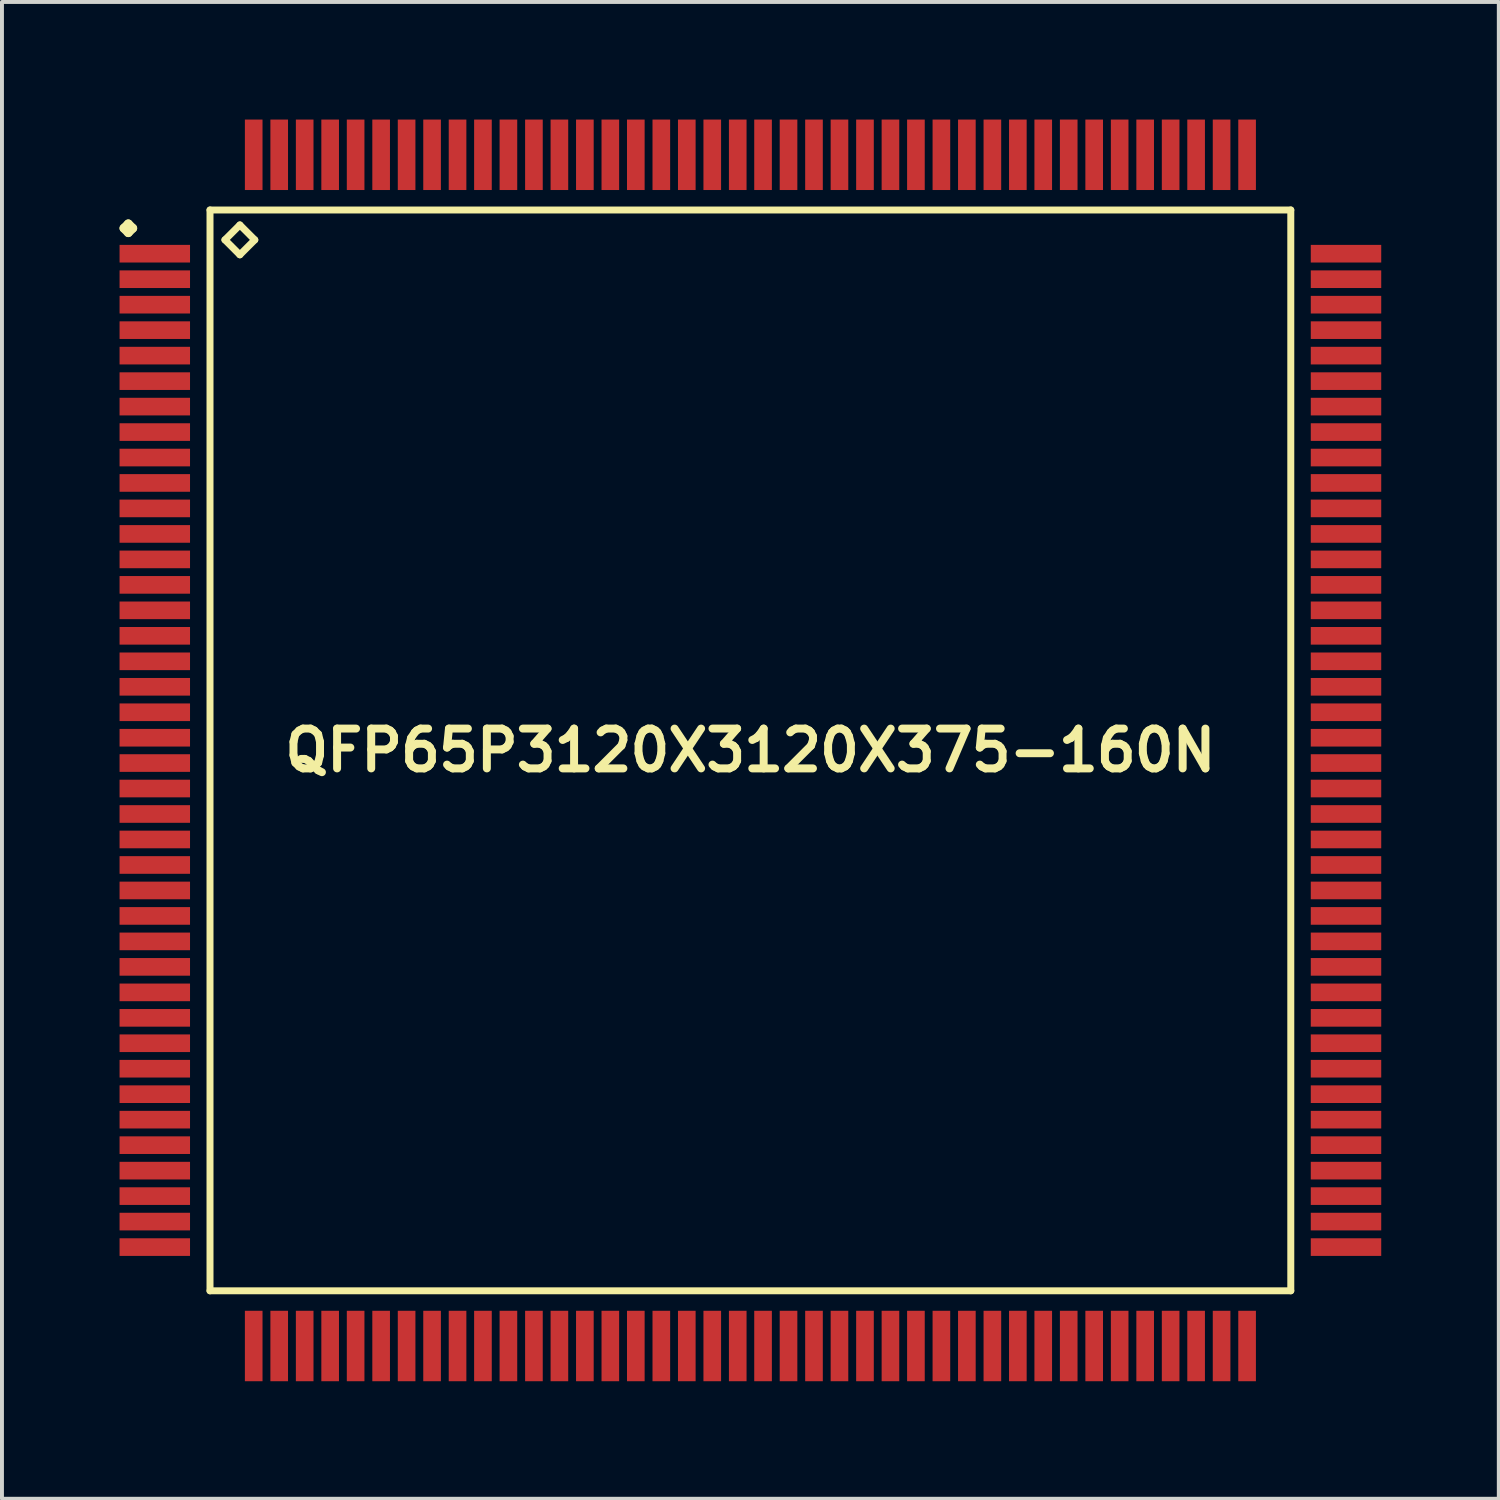
<source format=kicad_pcb>
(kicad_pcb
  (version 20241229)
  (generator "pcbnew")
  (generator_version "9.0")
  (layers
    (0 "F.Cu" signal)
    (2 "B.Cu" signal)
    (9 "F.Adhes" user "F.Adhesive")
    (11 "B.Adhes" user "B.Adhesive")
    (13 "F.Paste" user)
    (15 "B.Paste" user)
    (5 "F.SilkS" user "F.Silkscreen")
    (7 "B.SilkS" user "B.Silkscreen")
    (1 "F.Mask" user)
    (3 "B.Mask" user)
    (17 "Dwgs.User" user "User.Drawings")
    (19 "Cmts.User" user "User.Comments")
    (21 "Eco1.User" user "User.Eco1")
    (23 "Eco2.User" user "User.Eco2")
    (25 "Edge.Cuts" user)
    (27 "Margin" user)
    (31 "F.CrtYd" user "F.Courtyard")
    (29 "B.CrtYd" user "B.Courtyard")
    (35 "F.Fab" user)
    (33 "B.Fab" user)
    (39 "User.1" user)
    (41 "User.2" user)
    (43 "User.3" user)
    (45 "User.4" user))
  (footprint "QFP65P3120X3120X375-160N"
    (layer "F.Cu")
    (at 16.099 16.099)
    (property "Reference" "QFP65P3120X3120X375-160N" (at 0 0 0) (layer "F.SilkS") (effects (font (size 1.016 1.016) (thickness 0.203))))
    (attr smd)
    (fp_line (start -15.987 -13.325) (end -15.875 -13.437) (stroke (width 0.224) (type solid)) (layer "F.SilkS"))
    (fp_line (start -15.875 -13.437) (end -15.761 -13.325) (stroke (width 0.224) (type solid)) (layer "F.SilkS"))
    (fp_line (start -15.875 -13.211) (end -15.987 -13.325) (stroke (width 0.224) (type solid)) (layer "F.SilkS"))
    (fp_line (start -15.761 -13.325) (end -15.875 -13.211) (stroke (width 0.224) (type solid)) (layer "F.SilkS"))
    (fp_line (start -13.79 -13.79) (end -13.79 13.79) (stroke (width 0.178) (type solid)) (layer "F.SilkS"))
    (fp_line (start -13.79 13.79) (end 13.79 13.79) (stroke (width 0.178) (type solid)) (layer "F.SilkS"))
    (fp_line (start -13.409 -13.028) (end -13.028 -13.409) (stroke (width 0.178) (type solid)) (layer "F.SilkS"))
    (fp_line (start -13.028 -13.409) (end -12.647 -13.028) (stroke (width 0.178) (type solid)) (layer "F.SilkS"))
    (fp_line (start -13.028 -12.647) (end -13.409 -13.028) (stroke (width 0.178) (type solid)) (layer "F.SilkS"))
    (fp_line (start -12.647 -13.028) (end -13.028 -12.647) (stroke (width 0.178) (type solid)) (layer "F.SilkS"))
    (fp_line (start 13.79 -13.79) (end -13.79 -13.79) (stroke (width 0.178) (type solid)) (layer "F.SilkS"))
    (fp_line (start 13.79 13.79) (end 13.79 -13.79) (stroke (width 0.178) (type solid)) (layer "F.SilkS"))
    (pad "1" smd rect (at -15.199 -12.675) (size 1.798 0.45) (layers "F.Cu" "F.Mask" "F.Paste"))
    (pad "2" smd rect (at -15.199 -12.024) (size 1.798 0.45) (layers "F.Cu" "F.Mask" "F.Paste"))
    (pad "3" smd rect (at -15.199 -11.374) (size 1.798 0.45) (layers "F.Cu" "F.Mask" "F.Paste"))
    (pad "4" smd rect (at -15.199 -10.724) (size 1.798 0.45) (layers "F.Cu" "F.Mask" "F.Paste"))
    (pad "5" smd rect (at -15.199 -10.074) (size 1.798 0.45) (layers "F.Cu" "F.Mask" "F.Paste"))
    (pad "6" smd rect (at -15.199 -9.423) (size 1.798 0.45) (layers "F.Cu" "F.Mask" "F.Paste"))
    (pad "7" smd rect (at -15.199 -8.773) (size 1.798 0.45) (layers "F.Cu" "F.Mask" "F.Paste"))
    (pad "8" smd rect (at -15.199 -8.123) (size 1.798 0.45) (layers "F.Cu" "F.Mask" "F.Paste"))
    (pad "9" smd rect (at -15.199 -7.473) (size 1.798 0.45) (layers "F.Cu" "F.Mask" "F.Paste"))
    (pad "10" smd rect (at -15.199 -6.825) (size 1.798 0.45) (layers "F.Cu" "F.Mask" "F.Paste"))
    (pad "11" smd rect (at -15.199 -6.175) (size 1.798 0.45) (layers "F.Cu" "F.Mask" "F.Paste"))
    (pad "12" smd rect (at -15.199 -5.524) (size 1.798 0.45) (layers "F.Cu" "F.Mask" "F.Paste"))
    (pad "13" smd rect (at -15.199 -4.874) (size 1.798 0.45) (layers "F.Cu" "F.Mask" "F.Paste"))
    (pad "14" smd rect (at -15.199 -4.224) (size 1.798 0.45) (layers "F.Cu" "F.Mask" "F.Paste"))
    (pad "15" smd rect (at -15.199 -3.574) (size 1.798 0.45) (layers "F.Cu" "F.Mask" "F.Paste"))
    (pad "16" smd rect (at -15.199 -2.924) (size 1.798 0.45) (layers "F.Cu" "F.Mask" "F.Paste"))
    (pad "17" smd rect (at -15.199 -2.273) (size 1.798 0.45) (layers "F.Cu" "F.Mask" "F.Paste"))
    (pad "18" smd rect (at -15.199 -1.623) (size 1.798 0.45) (layers "F.Cu" "F.Mask" "F.Paste"))
    (pad "19" smd rect (at -15.199 -0.973) (size 1.798 0.45) (layers "F.Cu" "F.Mask" "F.Paste"))
    (pad "20" smd rect (at -15.199 -0.323) (size 1.798 0.45) (layers "F.Cu" "F.Mask" "F.Paste"))
    (pad "21" smd rect (at -15.199 0.323) (size 1.798 0.45) (layers "F.Cu" "F.Mask" "F.Paste"))
    (pad "22" smd rect (at -15.199 0.973) (size 1.798 0.45) (layers "F.Cu" "F.Mask" "F.Paste"))
    (pad "23" smd rect (at -15.199 1.623) (size 1.798 0.45) (layers "F.Cu" "F.Mask" "F.Paste"))
    (pad "24" smd rect (at -15.199 2.273) (size 1.798 0.45) (layers "F.Cu" "F.Mask" "F.Paste"))
    (pad "25" smd rect (at -15.199 2.924) (size 1.798 0.45) (layers "F.Cu" "F.Mask" "F.Paste"))
    (pad "26" smd rect (at -15.199 3.574) (size 1.798 0.45) (layers "F.Cu" "F.Mask" "F.Paste"))
    (pad "27" smd rect (at -15.199 4.224) (size 1.798 0.45) (layers "F.Cu" "F.Mask" "F.Paste"))
    (pad "28" smd rect (at -15.199 4.874) (size 1.798 0.45) (layers "F.Cu" "F.Mask" "F.Paste"))
    (pad "29" smd rect (at -15.199 5.524) (size 1.798 0.45) (layers "F.Cu" "F.Mask" "F.Paste"))
    (pad "30" smd rect (at -15.199 6.175) (size 1.798 0.45) (layers "F.Cu" "F.Mask" "F.Paste"))
    (pad "31" smd rect (at -15.199 6.825) (size 1.798 0.45) (layers "F.Cu" "F.Mask" "F.Paste"))
    (pad "32" smd rect (at -15.199 7.473) (size 1.798 0.45) (layers "F.Cu" "F.Mask" "F.Paste"))
    (pad "33" smd rect (at -15.199 8.123) (size 1.798 0.45) (layers "F.Cu" "F.Mask" "F.Paste"))
    (pad "34" smd rect (at -15.199 8.773) (size 1.798 0.45) (layers "F.Cu" "F.Mask" "F.Paste"))
    (pad "35" smd rect (at -15.199 9.423) (size 1.798 0.45) (layers "F.Cu" "F.Mask" "F.Paste"))
    (pad "36" smd rect (at -15.199 10.074) (size 1.798 0.45) (layers "F.Cu" "F.Mask" "F.Paste"))
    (pad "37" smd rect (at -15.199 10.724) (size 1.798 0.45) (layers "F.Cu" "F.Mask" "F.Paste"))
    (pad "38" smd rect (at -15.199 11.374) (size 1.798 0.45) (layers "F.Cu" "F.Mask" "F.Paste"))
    (pad "39" smd rect (at -15.199 12.024) (size 1.798 0.45) (layers "F.Cu" "F.Mask" "F.Paste"))
    (pad "40" smd rect (at -15.199 12.675) (size 1.798 0.45) (layers "F.Cu" "F.Mask" "F.Paste"))
    (pad "41" smd rect (at -12.675 15.199) (size 0.45 1.798) (layers "F.Cu" "F.Mask" "F.Paste"))
    (pad "42" smd rect (at -12.024 15.199) (size 0.45 1.798) (layers "F.Cu" "F.Mask" "F.Paste"))
    (pad "43" smd rect (at -11.374 15.199) (size 0.45 1.798) (layers "F.Cu" "F.Mask" "F.Paste"))
    (pad "44" smd rect (at -10.724 15.199) (size 0.45 1.798) (layers "F.Cu" "F.Mask" "F.Paste"))
    (pad "45" smd rect (at -10.074 15.199) (size 0.45 1.798) (layers "F.Cu" "F.Mask" "F.Paste"))
    (pad "46" smd rect (at -9.423 15.199) (size 0.45 1.798) (layers "F.Cu" "F.Mask" "F.Paste"))
    (pad "47" smd rect (at -8.773 15.199) (size 0.45 1.798) (layers "F.Cu" "F.Mask" "F.Paste"))
    (pad "48" smd rect (at -8.123 15.199) (size 0.45 1.798) (layers "F.Cu" "F.Mask" "F.Paste"))
    (pad "49" smd rect (at -7.473 15.199) (size 0.45 1.798) (layers "F.Cu" "F.Mask" "F.Paste"))
    (pad "50" smd rect (at -6.825 15.199) (size 0.45 1.798) (layers "F.Cu" "F.Mask" "F.Paste"))
    (pad "51" smd rect (at -6.175 15.199) (size 0.45 1.798) (layers "F.Cu" "F.Mask" "F.Paste"))
    (pad "52" smd rect (at -5.524 15.199) (size 0.45 1.798) (layers "F.Cu" "F.Mask" "F.Paste"))
    (pad "53" smd rect (at -4.874 15.199) (size 0.45 1.798) (layers "F.Cu" "F.Mask" "F.Paste"))
    (pad "54" smd rect (at -4.224 15.199) (size 0.45 1.798) (layers "F.Cu" "F.Mask" "F.Paste"))
    (pad "55" smd rect (at -3.574 15.199) (size 0.45 1.798) (layers "F.Cu" "F.Mask" "F.Paste"))
    (pad "56" smd rect (at -2.924 15.199) (size 0.45 1.798) (layers "F.Cu" "F.Mask" "F.Paste"))
    (pad "57" smd rect (at -2.273 15.199) (size 0.45 1.798) (layers "F.Cu" "F.Mask" "F.Paste"))
    (pad "58" smd rect (at -1.623 15.199) (size 0.45 1.798) (layers "F.Cu" "F.Mask" "F.Paste"))
    (pad "59" smd rect (at -0.973 15.199) (size 0.45 1.798) (layers "F.Cu" "F.Mask" "F.Paste"))
    (pad "60" smd rect (at -0.323 15.199) (size 0.45 1.798) (layers "F.Cu" "F.Mask" "F.Paste"))
    (pad "61" smd rect (at 0.323 15.199) (size 0.45 1.798) (layers "F.Cu" "F.Mask" "F.Paste"))
    (pad "62" smd rect (at 0.973 15.199) (size 0.45 1.798) (layers "F.Cu" "F.Mask" "F.Paste"))
    (pad "63" smd rect (at 1.623 15.199) (size 0.45 1.798) (layers "F.Cu" "F.Mask" "F.Paste"))
    (pad "64" smd rect (at 2.273 15.199) (size 0.45 1.798) (layers "F.Cu" "F.Mask" "F.Paste"))
    (pad "65" smd rect (at 2.924 15.199) (size 0.45 1.798) (layers "F.Cu" "F.Mask" "F.Paste"))
    (pad "66" smd rect (at 3.574 15.199) (size 0.45 1.798) (layers "F.Cu" "F.Mask" "F.Paste"))
    (pad "67" smd rect (at 4.224 15.199) (size 0.45 1.798) (layers "F.Cu" "F.Mask" "F.Paste"))
    (pad "68" smd rect (at 4.874 15.199) (size 0.45 1.798) (layers "F.Cu" "F.Mask" "F.Paste"))
    (pad "69" smd rect (at 5.524 15.199) (size 0.45 1.798) (layers "F.Cu" "F.Mask" "F.Paste"))
    (pad "70" smd rect (at 6.175 15.199) (size 0.45 1.798) (layers "F.Cu" "F.Mask" "F.Paste"))
    (pad "71" smd rect (at 6.825 15.199) (size 0.45 1.798) (layers "F.Cu" "F.Mask" "F.Paste"))
    (pad "72" smd rect (at 7.473 15.199) (size 0.45 1.798) (layers "F.Cu" "F.Mask" "F.Paste"))
    (pad "73" smd rect (at 8.123 15.199) (size 0.45 1.798) (layers "F.Cu" "F.Mask" "F.Paste"))
    (pad "74" smd rect (at 8.773 15.199) (size 0.45 1.798) (layers "F.Cu" "F.Mask" "F.Paste"))
    (pad "75" smd rect (at 9.423 15.199) (size 0.45 1.798) (layers "F.Cu" "F.Mask" "F.Paste"))
    (pad "76" smd rect (at 10.074 15.199) (size 0.45 1.798) (layers "F.Cu" "F.Mask" "F.Paste"))
    (pad "77" smd rect (at 10.724 15.199) (size 0.45 1.798) (layers "F.Cu" "F.Mask" "F.Paste"))
    (pad "78" smd rect (at 11.374 15.199) (size 0.45 1.798) (layers "F.Cu" "F.Mask" "F.Paste"))
    (pad "79" smd rect (at 12.024 15.199) (size 0.45 1.798) (layers "F.Cu" "F.Mask" "F.Paste"))
    (pad "80" smd rect (at 12.675 15.199) (size 0.45 1.798) (layers "F.Cu" "F.Mask" "F.Paste"))
    (pad "81" smd rect (at 15.199 12.675) (size 1.798 0.45) (layers "F.Cu" "F.Mask" "F.Paste"))
    (pad "82" smd rect (at 15.199 12.024) (size 1.798 0.45) (layers "F.Cu" "F.Mask" "F.Paste"))
    (pad "83" smd rect (at 15.199 11.374) (size 1.798 0.45) (layers "F.Cu" "F.Mask" "F.Paste"))
    (pad "84" smd rect (at 15.199 10.724) (size 1.798 0.45) (layers "F.Cu" "F.Mask" "F.Paste"))
    (pad "85" smd rect (at 15.199 10.074) (size 1.798 0.45) (layers "F.Cu" "F.Mask" "F.Paste"))
    (pad "86" smd rect (at 15.199 9.423) (size 1.798 0.45) (layers "F.Cu" "F.Mask" "F.Paste"))
    (pad "87" smd rect (at 15.199 8.773) (size 1.798 0.45) (layers "F.Cu" "F.Mask" "F.Paste"))
    (pad "88" smd rect (at 15.199 8.123) (size 1.798 0.45) (layers "F.Cu" "F.Mask" "F.Paste"))
    (pad "89" smd rect (at 15.199 7.473) (size 1.798 0.45) (layers "F.Cu" "F.Mask" "F.Paste"))
    (pad "90" smd rect (at 15.199 6.825) (size 1.798 0.45) (layers "F.Cu" "F.Mask" "F.Paste"))
    (pad "91" smd rect (at 15.199 6.175) (size 1.798 0.45) (layers "F.Cu" "F.Mask" "F.Paste"))
    (pad "92" smd rect (at 15.199 5.524) (size 1.798 0.45) (layers "F.Cu" "F.Mask" "F.Paste"))
    (pad "93" smd rect (at 15.199 4.874) (size 1.798 0.45) (layers "F.Cu" "F.Mask" "F.Paste"))
    (pad "94" smd rect (at 15.199 4.224) (size 1.798 0.45) (layers "F.Cu" "F.Mask" "F.Paste"))
    (pad "95" smd rect (at 15.199 3.574) (size 1.798 0.45) (layers "F.Cu" "F.Mask" "F.Paste"))
    (pad "96" smd rect (at 15.199 2.924) (size 1.798 0.45) (layers "F.Cu" "F.Mask" "F.Paste"))
    (pad "97" smd rect (at 15.199 2.273) (size 1.798 0.45) (layers "F.Cu" "F.Mask" "F.Paste"))
    (pad "98" smd rect (at 15.199 1.623) (size 1.798 0.45) (layers "F.Cu" "F.Mask" "F.Paste"))
    (pad "99" smd rect (at 15.199 0.973) (size 1.798 0.45) (layers "F.Cu" "F.Mask" "F.Paste"))
    (pad "100" smd rect (at 15.199 0.323) (size 1.798 0.45) (layers "F.Cu" "F.Mask" "F.Paste"))
    (pad "101" smd rect (at 15.199 -0.323) (size 1.798 0.45) (layers "F.Cu" "F.Mask" "F.Paste"))
    (pad "102" smd rect (at 15.199 -0.973) (size 1.798 0.45) (layers "F.Cu" "F.Mask" "F.Paste"))
    (pad "103" smd rect (at 15.199 -1.623) (size 1.798 0.45) (layers "F.Cu" "F.Mask" "F.Paste"))
    (pad "104" smd rect (at 15.199 -2.273) (size 1.798 0.45) (layers "F.Cu" "F.Mask" "F.Paste"))
    (pad "105" smd rect (at 15.199 -2.924) (size 1.798 0.45) (layers "F.Cu" "F.Mask" "F.Paste"))
    (pad "106" smd rect (at 15.199 -3.574) (size 1.798 0.45) (layers "F.Cu" "F.Mask" "F.Paste"))
    (pad "107" smd rect (at 15.199 -4.224) (size 1.798 0.45) (layers "F.Cu" "F.Mask" "F.Paste"))
    (pad "108" smd rect (at 15.199 -4.874) (size 1.798 0.45) (layers "F.Cu" "F.Mask" "F.Paste"))
    (pad "109" smd rect (at 15.199 -5.524) (size 1.798 0.45) (layers "F.Cu" "F.Mask" "F.Paste"))
    (pad "110" smd rect (at 15.199 -6.175) (size 1.798 0.45) (layers "F.Cu" "F.Mask" "F.Paste"))
    (pad "111" smd rect (at 15.199 -6.825) (size 1.798 0.45) (layers "F.Cu" "F.Mask" "F.Paste"))
    (pad "112" smd rect (at 15.199 -7.473) (size 1.798 0.45) (layers "F.Cu" "F.Mask" "F.Paste"))
    (pad "113" smd rect (at 15.199 -8.123) (size 1.798 0.45) (layers "F.Cu" "F.Mask" "F.Paste"))
    (pad "114" smd rect (at 15.199 -8.773) (size 1.798 0.45) (layers "F.Cu" "F.Mask" "F.Paste"))
    (pad "115" smd rect (at 15.199 -9.423) (size 1.798 0.45) (layers "F.Cu" "F.Mask" "F.Paste"))
    (pad "116" smd rect (at 15.199 -10.074) (size 1.798 0.45) (layers "F.Cu" "F.Mask" "F.Paste"))
    (pad "117" smd rect (at 15.199 -10.724) (size 1.798 0.45) (layers "F.Cu" "F.Mask" "F.Paste"))
    (pad "118" smd rect (at 15.199 -11.374) (size 1.798 0.45) (layers "F.Cu" "F.Mask" "F.Paste"))
    (pad "119" smd rect (at 15.199 -12.024) (size 1.798 0.45) (layers "F.Cu" "F.Mask" "F.Paste"))
    (pad "120" smd rect (at 15.199 -12.675) (size 1.798 0.45) (layers "F.Cu" "F.Mask" "F.Paste"))
    (pad "121" smd rect (at 12.675 -15.199) (size 0.45 1.798) (layers "F.Cu" "F.Mask" "F.Paste"))
    (pad "122" smd rect (at 12.024 -15.199) (size 0.45 1.798) (layers "F.Cu" "F.Mask" "F.Paste"))
    (pad "123" smd rect (at 11.374 -15.199) (size 0.45 1.798) (layers "F.Cu" "F.Mask" "F.Paste"))
    (pad "124" smd rect (at 10.724 -15.199) (size 0.45 1.798) (layers "F.Cu" "F.Mask" "F.Paste"))
    (pad "125" smd rect (at 10.074 -15.199) (size 0.45 1.798) (layers "F.Cu" "F.Mask" "F.Paste"))
    (pad "126" smd rect (at 9.423 -15.199) (size 0.45 1.798) (layers "F.Cu" "F.Mask" "F.Paste"))
    (pad "127" smd rect (at 8.773 -15.199) (size 0.45 1.798) (layers "F.Cu" "F.Mask" "F.Paste"))
    (pad "128" smd rect (at 8.123 -15.199) (size 0.45 1.798) (layers "F.Cu" "F.Mask" "F.Paste"))
    (pad "129" smd rect (at 7.473 -15.199) (size 0.45 1.798) (layers "F.Cu" "F.Mask" "F.Paste"))
    (pad "130" smd rect (at 6.825 -15.199) (size 0.45 1.798) (layers "F.Cu" "F.Mask" "F.Paste"))
    (pad "131" smd rect (at 6.175 -15.199) (size 0.45 1.798) (layers "F.Cu" "F.Mask" "F.Paste"))
    (pad "132" smd rect (at 5.524 -15.199) (size 0.45 1.798) (layers "F.Cu" "F.Mask" "F.Paste"))
    (pad "133" smd rect (at 4.874 -15.199) (size 0.45 1.798) (layers "F.Cu" "F.Mask" "F.Paste"))
    (pad "134" smd rect (at 4.224 -15.199) (size 0.45 1.798) (layers "F.Cu" "F.Mask" "F.Paste"))
    (pad "135" smd rect (at 3.574 -15.199) (size 0.45 1.798) (layers "F.Cu" "F.Mask" "F.Paste"))
    (pad "136" smd rect (at 2.924 -15.199) (size 0.45 1.798) (layers "F.Cu" "F.Mask" "F.Paste"))
    (pad "137" smd rect (at 2.273 -15.199) (size 0.45 1.798) (layers "F.Cu" "F.Mask" "F.Paste"))
    (pad "138" smd rect (at 1.623 -15.199) (size 0.45 1.798) (layers "F.Cu" "F.Mask" "F.Paste"))
    (pad "139" smd rect (at 0.973 -15.199) (size 0.45 1.798) (layers "F.Cu" "F.Mask" "F.Paste"))
    (pad "140" smd rect (at 0.323 -15.199) (size 0.45 1.798) (layers "F.Cu" "F.Mask" "F.Paste"))
    (pad "141" smd rect (at -0.323 -15.199) (size 0.45 1.798) (layers "F.Cu" "F.Mask" "F.Paste"))
    (pad "142" smd rect (at -0.973 -15.199) (size 0.45 1.798) (layers "F.Cu" "F.Mask" "F.Paste"))
    (pad "143" smd rect (at -1.623 -15.199) (size 0.45 1.798) (layers "F.Cu" "F.Mask" "F.Paste"))
    (pad "144" smd rect (at -2.273 -15.199) (size 0.45 1.798) (layers "F.Cu" "F.Mask" "F.Paste"))
    (pad "145" smd rect (at -2.924 -15.199) (size 0.45 1.798) (layers "F.Cu" "F.Mask" "F.Paste"))
    (pad "146" smd rect (at -3.574 -15.199) (size 0.45 1.798) (layers "F.Cu" "F.Mask" "F.Paste"))
    (pad "147" smd rect (at -4.224 -15.199) (size 0.45 1.798) (layers "F.Cu" "F.Mask" "F.Paste"))
    (pad "148" smd rect (at -4.874 -15.199) (size 0.45 1.798) (layers "F.Cu" "F.Mask" "F.Paste"))
    (pad "149" smd rect (at -5.524 -15.199) (size 0.45 1.798) (layers "F.Cu" "F.Mask" "F.Paste"))
    (pad "150" smd rect (at -6.175 -15.199) (size 0.45 1.798) (layers "F.Cu" "F.Mask" "F.Paste"))
    (pad "151" smd rect (at -6.825 -15.199) (size 0.45 1.798) (layers "F.Cu" "F.Mask" "F.Paste"))
    (pad "152" smd rect (at -7.473 -15.199) (size 0.45 1.798) (layers "F.Cu" "F.Mask" "F.Paste"))
    (pad "153" smd rect (at -8.123 -15.199) (size 0.45 1.798) (layers "F.Cu" "F.Mask" "F.Paste"))
    (pad "154" smd rect (at -8.773 -15.199) (size 0.45 1.798) (layers "F.Cu" "F.Mask" "F.Paste"))
    (pad "155" smd rect (at -9.423 -15.199) (size 0.45 1.798) (layers "F.Cu" "F.Mask" "F.Paste"))
    (pad "156" smd rect (at -10.074 -15.199) (size 0.45 1.798) (layers "F.Cu" "F.Mask" "F.Paste"))
    (pad "157" smd rect (at -10.724 -15.199) (size 0.45 1.798) (layers "F.Cu" "F.Mask" "F.Paste"))
    (pad "158" smd rect (at -11.374 -15.199) (size 0.45 1.798) (layers "F.Cu" "F.Mask" "F.Paste"))
    (pad "159" smd rect (at -12.024 -15.199) (size 0.45 1.798) (layers "F.Cu" "F.Mask" "F.Paste"))
    (pad "160" smd rect (at -12.675 -15.199) (size 0.45 1.798) (layers "F.Cu" "F.Mask" "F.Paste")))
  (gr_rect
    (start -3 -3)
    (end 35.197 35.197)
    (stroke (width 0.1) (type default))
    (fill no)
    (layer "Edge.Cuts")))
</source>
